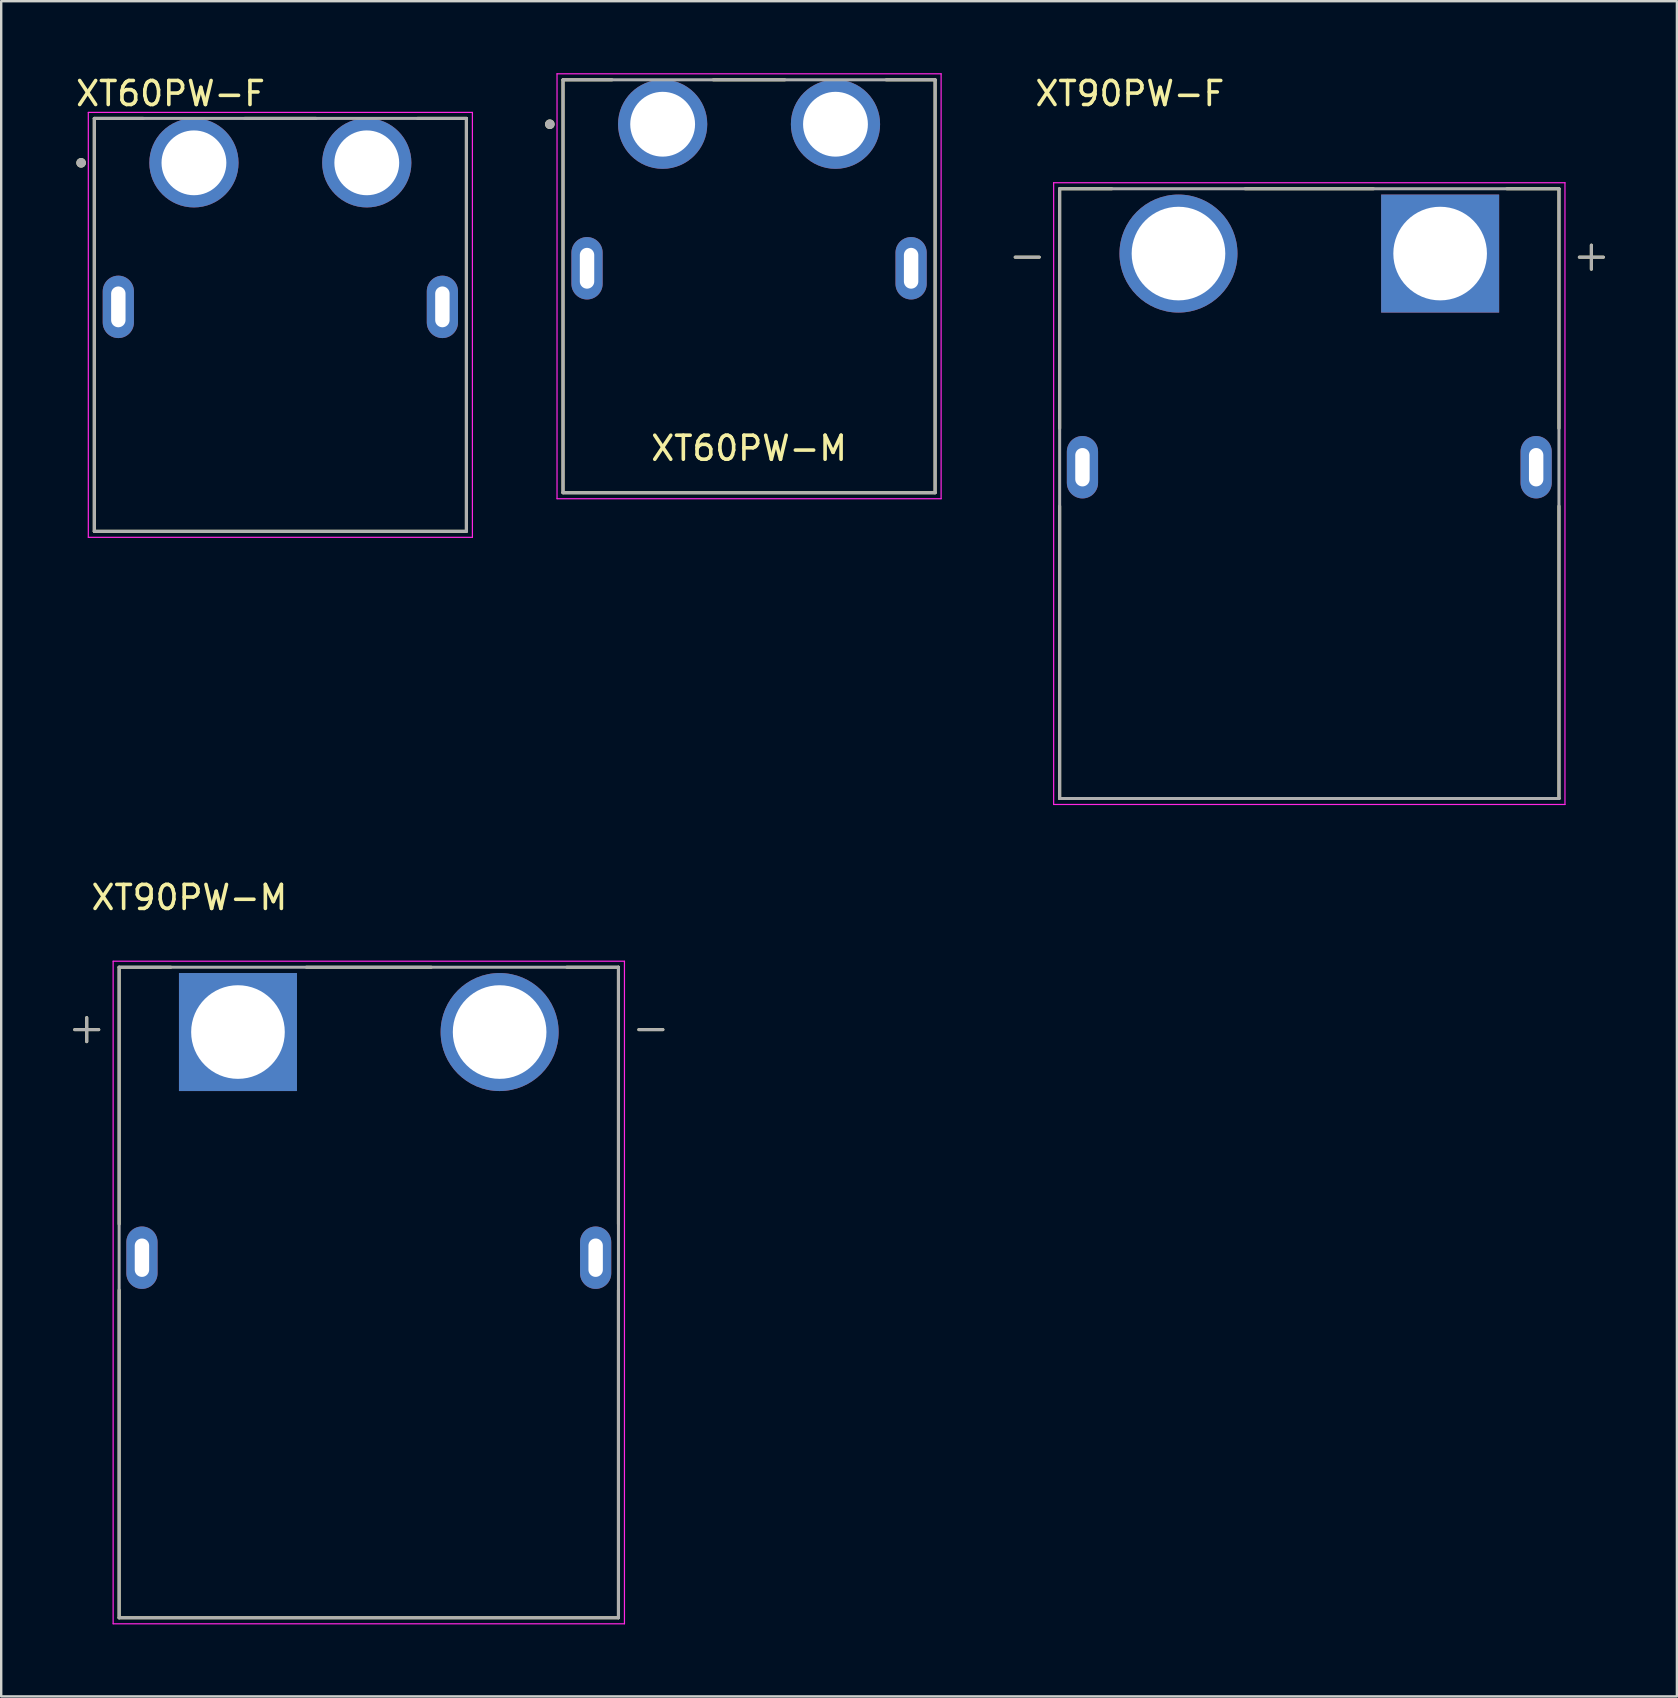
<source format=kicad_pcb>
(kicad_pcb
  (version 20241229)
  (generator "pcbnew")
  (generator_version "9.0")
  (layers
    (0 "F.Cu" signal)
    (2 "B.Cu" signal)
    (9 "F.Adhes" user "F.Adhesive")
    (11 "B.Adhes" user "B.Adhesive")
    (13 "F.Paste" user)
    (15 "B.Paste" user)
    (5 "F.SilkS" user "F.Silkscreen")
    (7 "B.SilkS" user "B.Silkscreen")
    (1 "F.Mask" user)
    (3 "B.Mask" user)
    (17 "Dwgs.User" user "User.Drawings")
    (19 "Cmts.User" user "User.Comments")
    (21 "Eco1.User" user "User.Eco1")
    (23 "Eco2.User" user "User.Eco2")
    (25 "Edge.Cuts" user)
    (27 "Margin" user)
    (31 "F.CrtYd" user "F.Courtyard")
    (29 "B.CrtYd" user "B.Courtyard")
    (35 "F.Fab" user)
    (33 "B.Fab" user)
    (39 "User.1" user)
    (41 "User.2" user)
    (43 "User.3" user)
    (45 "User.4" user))
  (footprint "XT90PW-F"
    (layer "F.Cu")
    (at 51.492 16.413)
    (property "Reference" "XT90PW-F" (at -7.475 -15.565 0) (layer "F.SilkS") (effects (font (size 1 1) (thickness 0.15))))
    (attr through_hole)
    (fp_line (start -11.25 -8.75) (end -12.25 -8.75) (stroke (width 0.127) (type solid)) (layer "F.SilkS"))
    (fp_line (start -10.4 -11.6) (end -10.4 -1.62) (stroke (width 0.127) (type solid)) (layer "F.SilkS"))
    (fp_line (start -10.4 -11.6) (end -8.228 -11.6) (stroke (width 0.127) (type solid)) (layer "F.SilkS"))
    (fp_line (start -10.4 13.8) (end -10.4 1.62) (stroke (width 0.127) (type solid)) (layer "F.SilkS"))
    (fp_line (start 2.672 -11.6) (end -2.672 -11.6) (stroke (width 0.127) (type solid)) (layer "F.SilkS"))
    (fp_line (start 8.228 -11.6) (end 10.4 -11.6) (stroke (width 0.127) (type solid)) (layer "F.SilkS"))
    (fp_line (start 10.4 -11.6) (end 10.4 -1.62) (stroke (width 0.127) (type solid)) (layer "F.SilkS"))
    (fp_line (start 10.4 1.62) (end 10.4 13.8) (stroke (width 0.127) (type solid)) (layer "F.SilkS"))
    (fp_line (start 10.4 13.8) (end -10.4 13.8) (stroke (width 0.127) (type solid)) (layer "F.SilkS"))
    (fp_line (start 11.25 -8.75) (end 12.25 -8.75) (stroke (width 0.127) (type solid)) (layer "F.SilkS"))
    (fp_line (start 11.75 -8.25) (end 11.75 -9.25) (stroke (width 0.127) (type solid)) (layer "F.SilkS"))
    (fp_line (start -10.65 -11.85) (end -10.65 14.05) (stroke (width 0.05) (type solid)) (layer "F.CrtYd"))
    (fp_line (start -10.65 14.05) (end 10.65 14.05) (stroke (width 0.05) (type solid)) (layer "F.CrtYd"))
    (fp_line (start 10.65 -11.85) (end -10.65 -11.85) (stroke (width 0.05) (type solid)) (layer "F.CrtYd"))
    (fp_line (start 10.65 14.05) (end 10.65 -11.85) (stroke (width 0.05) (type solid)) (layer "F.CrtYd"))
    (fp_line (start -11.25 -8.75) (end -12.25 -8.75) (stroke (width 0.127) (type solid)) (layer "F.Fab"))
    (fp_line (start -10.4 -11.6) (end 10.4 -11.6) (stroke (width 0.127) (type solid)) (layer "F.Fab"))
    (fp_line (start -10.4 13.8) (end -10.4 -11.6) (stroke (width 0.127) (type solid)) (layer "F.Fab"))
    (fp_line (start 10.4 -11.6) (end 10.4 13.8) (stroke (width 0.127) (type solid)) (layer "F.Fab"))
    (fp_line (start 10.4 13.8) (end -10.4 13.8) (stroke (width 0.127) (type solid)) (layer "F.Fab"))
    (fp_line (start 11.75 -8.25) (end 11.75 -9.25) (stroke (width 0.127) (type solid)) (layer "F.Fab"))
    (fp_line (start 12.25 -8.75) (end 11.25 -8.75) (stroke (width 0.127) (type solid)) (layer "F.Fab"))
    (pad "N" thru_hole circle (at -5.45 -8.9) (size 4.916 4.916) (drill 3.9) (layers "*.Cu" "*.Mask"))
    (pad "P" thru_hole rect (at 5.45 -8.9) (size 4.916 4.916) (drill 3.9) (layers "*.Cu" "*.Mask"))
    (pad "S1" thru_hole oval (at 9.45 0) (size 1.3 2.6) (drill oval 0.6 1.6) (layers "*.Cu" "*.Mask"))
    (pad "S2" thru_hole oval (at -9.45 0) (size 1.3 2.6) (drill oval 0.6 1.6) (layers "*.Cu" "*.Mask")))
  (footprint "XT60PW-F"
    (layer "F.Cu")
    (at 8.629 3.733)
    (property "Reference" "XT60PW-F" (at -4.575 -2.885 0) (layer "F.SilkS") (effects (font (size 1 1) (thickness 0.15))))
    (attr through_hole)
    (fp_line (start -7.75 -1.85) (end -5.71 -1.85) (stroke (width 0.127) (type solid)) (layer "F.SilkS"))
    (fp_line (start -7.75 15.35) (end -7.75 -1.85) (stroke (width 0.127) (type solid)) (layer "F.SilkS"))
    (fp_line (start -1.49 -1.85) (end 1.49 -1.85) (stroke (width 0.127) (type solid)) (layer "F.SilkS"))
    (fp_line (start 5.71 -1.85) (end 7.75 -1.85) (stroke (width 0.127) (type solid)) (layer "F.SilkS"))
    (fp_line (start 7.75 -1.85) (end 7.75 15.35) (stroke (width 0.127) (type solid)) (layer "F.SilkS"))
    (fp_line (start 7.75 15.35) (end -7.75 15.35) (stroke (width 0.127) (type solid)) (layer "F.SilkS"))
    (fp_circle (center -8.3 0) (end -8.2 0) (stroke (width 0.2) (type solid)) (fill no) (layer "F.SilkS"))
    (fp_line (start -8 -2.1) (end 8 -2.1) (stroke (width 0.05) (type solid)) (layer "F.CrtYd"))
    (fp_line (start -8 15.6) (end -8 -2.1) (stroke (width 0.05) (type solid)) (layer "F.CrtYd"))
    (fp_line (start 8 -2.1) (end 8 15.6) (stroke (width 0.05) (type solid)) (layer "F.CrtYd"))
    (fp_line (start 8 15.6) (end -8 15.6) (stroke (width 0.05) (type solid)) (layer "F.CrtYd"))
    (fp_line (start -7.75 -1.85) (end 7.75 -1.85) (stroke (width 0.127) (type solid)) (layer "F.Fab"))
    (fp_line (start -7.75 15.35) (end -7.75 -1.85) (stroke (width 0.127) (type solid)) (layer "F.Fab"))
    (fp_line (start 7.75 -1.85) (end 7.75 15.35) (stroke (width 0.127) (type solid)) (layer "F.Fab"))
    (fp_line (start 7.75 15.35) (end -7.75 15.35) (stroke (width 0.127) (type solid)) (layer "F.Fab"))
    (fp_circle (center -8.3 0) (end -8.2 0) (stroke (width 0.2) (type solid)) (fill no) (layer "F.Fab"))
    (pad "1" thru_hole circle (at -3.6 0) (size 3.716 3.716) (drill 2.7) (layers "*.Cu" "*.Mask"))
    (pad "2" thru_hole circle (at 3.6 0) (size 3.716 3.716) (drill 2.7) (layers "*.Cu" "*.Mask"))
    (pad "S1" thru_hole oval (at -6.75 6) (size 1.3 2.6) (drill oval 0.6 1.7) (layers "*.Cu" "*.Mask"))
    (pad "S2" thru_hole oval (at 6.75 6) (size 1.3 2.6) (drill oval 0.6 1.7) (layers "*.Cu" "*.Mask")))
  (footprint "XT90PW-M"
    (layer "F.Cu")
    (at 12.313 49.342)
    (property "Reference" "XT90PW-M" (at -7.475 -15.005 0) (layer "F.SilkS") (effects (font (size 1 1) (thickness 0.15))))
    (attr through_hole)
    (fp_line (start -11.75 -9) (end -11.75 -10) (stroke (width 0.127) (type solid)) (layer "F.SilkS"))
    (fp_line (start -11.25 -9.5) (end -12.25 -9.5) (stroke (width 0.127) (type solid)) (layer "F.SilkS"))
    (fp_line (start -10.4 -12.1) (end -10.4 -1.4) (stroke (width 0.127) (type solid)) (layer "F.SilkS"))
    (fp_line (start -10.4 1.35) (end -10.4 15) (stroke (width 0.127) (type solid)) (layer "F.SilkS"))
    (fp_line (start -10.4 15) (end 10.4 15) (stroke (width 0.127) (type solid)) (layer "F.SilkS"))
    (fp_line (start -8.25 -12.1) (end -10.4 -12.1) (stroke (width 0.127) (type solid)) (layer "F.SilkS"))
    (fp_line (start -2.6 -12.1) (end 2.6 -12.1) (stroke (width 0.127) (type solid)) (layer "F.SilkS"))
    (fp_line (start 10.4 -12.1) (end 8.25 -12.1) (stroke (width 0.127) (type solid)) (layer "F.SilkS"))
    (fp_line (start 10.4 -1.4) (end 10.4 -12.1) (stroke (width 0.127) (type solid)) (layer "F.SilkS"))
    (fp_line (start 10.4 15) (end 10.4 1.35) (stroke (width 0.127) (type solid)) (layer "F.SilkS"))
    (fp_line (start 11.25 -9.5) (end 12.25 -9.5) (stroke (width 0.127) (type solid)) (layer "F.SilkS"))
    (fp_line (start -10.65 -12.35) (end 10.65 -12.35) (stroke (width 0.05) (type solid)) (layer "F.CrtYd"))
    (fp_line (start -10.65 15.25) (end -10.65 -12.35) (stroke (width 0.05) (type solid)) (layer "F.CrtYd"))
    (fp_line (start 10.65 -12.35) (end 10.65 15.25) (stroke (width 0.05) (type solid)) (layer "F.CrtYd"))
    (fp_line (start 10.65 15.25) (end -10.65 15.25) (stroke (width 0.05) (type solid)) (layer "F.CrtYd"))
    (fp_line (start -11.75 -9) (end -11.75 -10) (stroke (width 0.127) (type solid)) (layer "F.Fab"))
    (fp_line (start -11.25 -9.5) (end -12.25 -9.5) (stroke (width 0.127) (type solid)) (layer "F.Fab"))
    (fp_line (start -10.4 -12.1) (end 10.4 -12.1) (stroke (width 0.127) (type solid)) (layer "F.Fab"))
    (fp_line (start -10.4 15) (end -10.4 -12.1) (stroke (width 0.127) (type solid)) (layer "F.Fab"))
    (fp_line (start 10.4 -12.1) (end 10.4 15) (stroke (width 0.127) (type solid)) (layer "F.Fab"))
    (fp_line (start 10.4 15) (end -10.4 15) (stroke (width 0.127) (type solid)) (layer "F.Fab"))
    (fp_line (start 12.25 -9.5) (end 11.25 -9.5) (stroke (width 0.127) (type solid)) (layer "F.Fab"))
    (pad "N" thru_hole circle (at 5.45 -9.4) (size 4.916 4.916) (drill 3.9) (layers "*.Cu" "*.Mask"))
    (pad "P" thru_hole rect (at -5.45 -9.4) (size 4.916 4.916) (drill 3.9) (layers "*.Cu" "*.Mask"))
    (pad "S1" thru_hole oval (at -9.45 0) (size 1.3 2.6) (drill oval 0.6 1.6) (layers "*.Cu" "*.Mask"))
    (pad "S2" thru_hole oval (at 9.45 0) (size 1.3 2.6) (drill oval 0.6 1.6) (layers "*.Cu" "*.Mask")))
  (footprint "XT60PW-M"
    (layer "F.Cu")
    (at 28.154 2.125)
    (property "Reference" "XT60PW-M" (at 0 13.5 0) (layer "F.SilkS") (effects (font (size 1 1) (thickness 0.15))))
    (attr through_hole)
    (fp_line (start -7.75 -1.85) (end -5.71 -1.85) (stroke (width 0.127) (type solid)) (layer "F.SilkS"))
    (fp_line (start -7.75 15.35) (end -7.75 -1.85) (stroke (width 0.127) (type solid)) (layer "F.SilkS"))
    (fp_line (start -1.49 -1.85) (end 1.49 -1.85) (stroke (width 0.127) (type solid)) (layer "F.SilkS"))
    (fp_line (start 5.71 -1.85) (end 7.75 -1.85) (stroke (width 0.127) (type solid)) (layer "F.SilkS"))
    (fp_line (start 7.75 -1.85) (end 7.75 15.35) (stroke (width 0.127) (type solid)) (layer "F.SilkS"))
    (fp_line (start 7.75 15.35) (end -7.75 15.35) (stroke (width 0.127) (type solid)) (layer "F.SilkS"))
    (fp_circle (center -8.3 0) (end -8.2 0) (stroke (width 0.2) (type solid)) (fill no) (layer "F.SilkS"))
    (fp_line (start -8 -2.1) (end 8 -2.1) (stroke (width 0.05) (type solid)) (layer "F.CrtYd"))
    (fp_line (start -8 15.6) (end -8 -2.1) (stroke (width 0.05) (type solid)) (layer "F.CrtYd"))
    (fp_line (start 8 -2.1) (end 8 15.6) (stroke (width 0.05) (type solid)) (layer "F.CrtYd"))
    (fp_line (start 8 15.6) (end -8 15.6) (stroke (width 0.05) (type solid)) (layer "F.CrtYd"))
    (fp_line (start -7.75 -1.85) (end 7.75 -1.85) (stroke (width 0.127) (type solid)) (layer "F.Fab"))
    (fp_line (start -7.75 15.35) (end -7.75 -1.85) (stroke (width 0.127) (type solid)) (layer "F.Fab"))
    (fp_line (start 7.75 -1.85) (end 7.75 15.35) (stroke (width 0.127) (type solid)) (layer "F.Fab"))
    (fp_line (start 7.75 15.35) (end -7.75 15.35) (stroke (width 0.127) (type solid)) (layer "F.Fab"))
    (fp_circle (center -8.3 0) (end -8.2 0) (stroke (width 0.2) (type solid)) (fill no) (layer "F.Fab"))
    (pad "1" thru_hole circle (at 3.6 0) (size 3.716 3.716) (drill 2.7) (layers "*.Cu" "*.Mask"))
    (pad "2" thru_hole circle (at -3.6 0) (size 3.716 3.716) (drill 2.7) (layers "*.Cu" "*.Mask"))
    (pad "S1" thru_hole oval (at -6.75 6) (size 1.3 2.6) (drill oval 0.6 1.7) (layers "*.Cu" "*.Mask"))
    (pad "S2" thru_hole oval (at 6.75 6) (size 1.3 2.6) (drill oval 0.6 1.7) (layers "*.Cu" "*.Mask")))
  (gr_rect
    (start -3 -3)
    (end 66.806 67.617)
    (stroke (width 0.1) (type default))
    (fill no)
    (layer "Edge.Cuts")))
</source>
